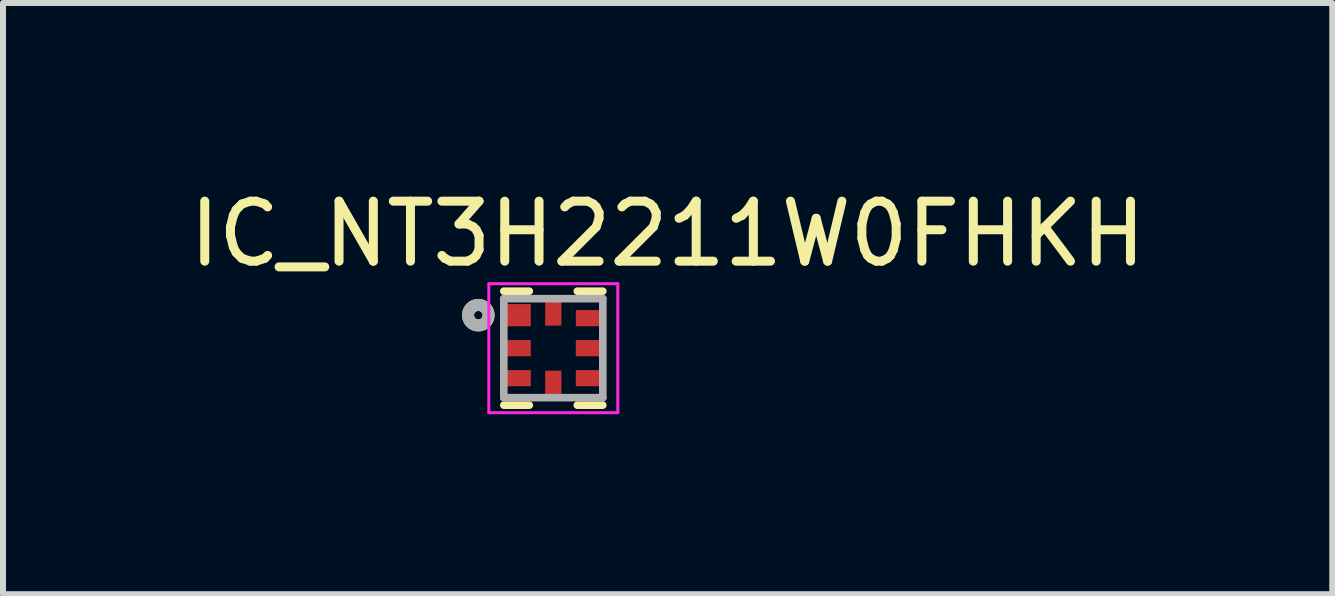
<source format=kicad_pcb>
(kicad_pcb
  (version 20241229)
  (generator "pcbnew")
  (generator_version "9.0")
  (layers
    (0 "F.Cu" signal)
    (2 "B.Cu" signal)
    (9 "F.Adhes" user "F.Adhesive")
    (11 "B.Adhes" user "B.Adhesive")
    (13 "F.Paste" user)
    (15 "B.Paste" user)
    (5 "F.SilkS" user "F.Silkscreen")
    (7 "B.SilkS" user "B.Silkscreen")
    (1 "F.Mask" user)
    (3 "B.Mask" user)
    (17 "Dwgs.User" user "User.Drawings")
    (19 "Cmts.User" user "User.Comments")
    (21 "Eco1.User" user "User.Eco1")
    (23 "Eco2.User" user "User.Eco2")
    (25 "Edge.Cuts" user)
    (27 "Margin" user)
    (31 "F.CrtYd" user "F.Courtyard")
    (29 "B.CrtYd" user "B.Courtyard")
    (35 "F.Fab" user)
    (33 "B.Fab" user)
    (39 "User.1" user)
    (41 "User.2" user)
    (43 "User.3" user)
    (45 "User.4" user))
  (footprint "IC_NT3H2211W0FHKH"
    (layer "F.Cu")
    (at 6.172 2.753)
    (property "Reference" "IC_NT3H2211W0FHKH" (at 1.905 -1.905 0) (layer "F.SilkS") (effects (font (size 1 1) (thickness 0.15))))
    (attr smd)
    (fp_line (start -0.825 -0.95) (end -0.4 -0.95) (stroke (width 0.127) (type solid)) (layer "F.SilkS"))
    (fp_line (start -0.825 0.95) (end -0.4 0.95) (stroke (width 0.127) (type solid)) (layer "F.SilkS"))
    (fp_line (start 0.825 -0.95) (end 0.4 -0.95) (stroke (width 0.127) (type solid)) (layer "F.SilkS"))
    (fp_line (start 0.825 0.95) (end 0.4 0.95) (stroke (width 0.127) (type solid)) (layer "F.SilkS"))
    (fp_circle (center -1.25 -0.55) (end -1.179 -0.55) (stroke (width 0.2) (type solid)) (fill no) (layer "F.SilkS"))
    (fp_poly (pts (xy -0.8 -0.71) (xy -0.4 -0.71) (xy -0.4 -0.39) (xy -0.8 -0.39)) (stroke (width 0.01) (type solid)) (fill yes) (layer "F.Paste"))
    (fp_poly (pts (xy -0.8 -0.11) (xy -0.4 -0.11) (xy -0.4 0.11) (xy -0.8 0.11)) (stroke (width 0.01) (type solid)) (fill yes) (layer "F.Paste"))
    (fp_poly (pts (xy -0.8 0.39) (xy -0.4 0.39) (xy -0.4 0.61) (xy -0.8 0.61)) (stroke (width 0.01) (type solid)) (fill yes) (layer "F.Paste"))
    (fp_poly (pts (xy -0.112 0.799) (xy -0.112 0.399) (xy 0.108 0.399) (xy 0.108 0.799)) (stroke (width 0.01) (type solid)) (fill yes) (layer "F.Paste"))
    (fp_poly (pts (xy 0.11 -0.798) (xy 0.11 -0.398) (xy -0.11 -0.398) (xy -0.11 -0.798)) (stroke (width 0.01) (type solid)) (fill yes) (layer "F.Paste"))
    (fp_poly (pts (xy 0.4 -0.61) (xy 0.8 -0.61) (xy 0.8 -0.39) (xy 0.4 -0.39)) (stroke (width 0.01) (type solid)) (fill yes) (layer "F.Paste"))
    (fp_poly (pts (xy 0.4 -0.11) (xy 0.8 -0.11) (xy 0.8 0.11) (xy 0.4 0.11)) (stroke (width 0.01) (type solid)) (fill yes) (layer "F.Paste"))
    (fp_poly (pts (xy 0.4 0.39) (xy 0.8 0.39) (xy 0.8 0.61) (xy 0.4 0.61)) (stroke (width 0.01) (type solid)) (fill yes) (layer "F.Paste"))
    (fp_line (start -1.075 -1.075) (end 1.075 -1.075) (stroke (width 0.05) (type solid)) (layer "F.CrtYd"))
    (fp_line (start -1.075 1.075) (end -1.075 -1.075) (stroke (width 0.05) (type solid)) (layer "F.CrtYd"))
    (fp_line (start 1.075 -1.075) (end 1.075 1.075) (stroke (width 0.05) (type solid)) (layer "F.CrtYd"))
    (fp_line (start 1.075 1.075) (end -1.075 1.075) (stroke (width 0.05) (type solid)) (layer "F.CrtYd"))
    (fp_line (start -0.825 -0.825) (end 0.825 -0.825) (stroke (width 0.127) (type solid)) (layer "F.Fab"))
    (fp_line (start -0.825 0.825) (end -0.825 -0.825) (stroke (width 0.127) (type solid)) (layer "F.Fab"))
    (fp_line (start 0.825 -0.825) (end 0.825 0.825) (stroke (width 0.127) (type solid)) (layer "F.Fab"))
    (fp_line (start 0.825 0.825) (end -0.825 0.825) (stroke (width 0.127) (type solid)) (layer "F.Fab"))
    (fp_circle (center -1.25 -0.55) (end -1.179 -0.55) (stroke (width 0.2) (type solid)) (fill no) (layer "F.Fab"))
    (pad "1" smd rect (at -0.6 -0.55 180) (size 0.45 0.37) (layers "F.Cu" "F.Mask"))
    (pad "2" smd rect (at -0.6 0 180) (size 0.45 0.27) (layers "F.Cu" "F.Mask"))
    (pad "3" smd rect (at -0.6 0.5 180) (size 0.45 0.27) (layers "F.Cu" "F.Mask"))
    (pad "4" smd rect (at 0 0.6 270) (size 0.45 0.27) (layers "F.Cu" "F.Mask"))
    (pad "5" smd rect (at 0.6 0.5 180) (size 0.45 0.27) (layers "F.Cu" "F.Mask"))
    (pad "6" smd rect (at 0.6 0 180) (size 0.45 0.27) (layers "F.Cu" "F.Mask"))
    (pad "7" smd rect (at 0.6 -0.5 180) (size 0.45 0.27) (layers "F.Cu" "F.Mask"))
    (pad "8" smd rect (at 0 -0.6 270) (size 0.45 0.27) (layers "F.Cu" "F.Mask"))
    (zone (net_name "") (layer "F.Cu") (hatch full 0.508) (connect_pads) (min_thickness 0.01) (filled_areas_thickness no) (keepout (tracks not_allowed) (vias not_allowed) (pads not_allowed) (copperpour not_allowed) (footprints allowed)) (placement (enabled no)) (fill) (polygon (pts (xy 5.922 2.503) (xy 6.422 2.503) (xy 6.422 3.003) (xy 5.922 3.003)))))
  (gr_rect
    (start -3 -3)
    (end 19.155 6.853)
    (stroke (width 0.1) (type default))
    (fill no)
    (layer "Edge.Cuts")))
</source>
